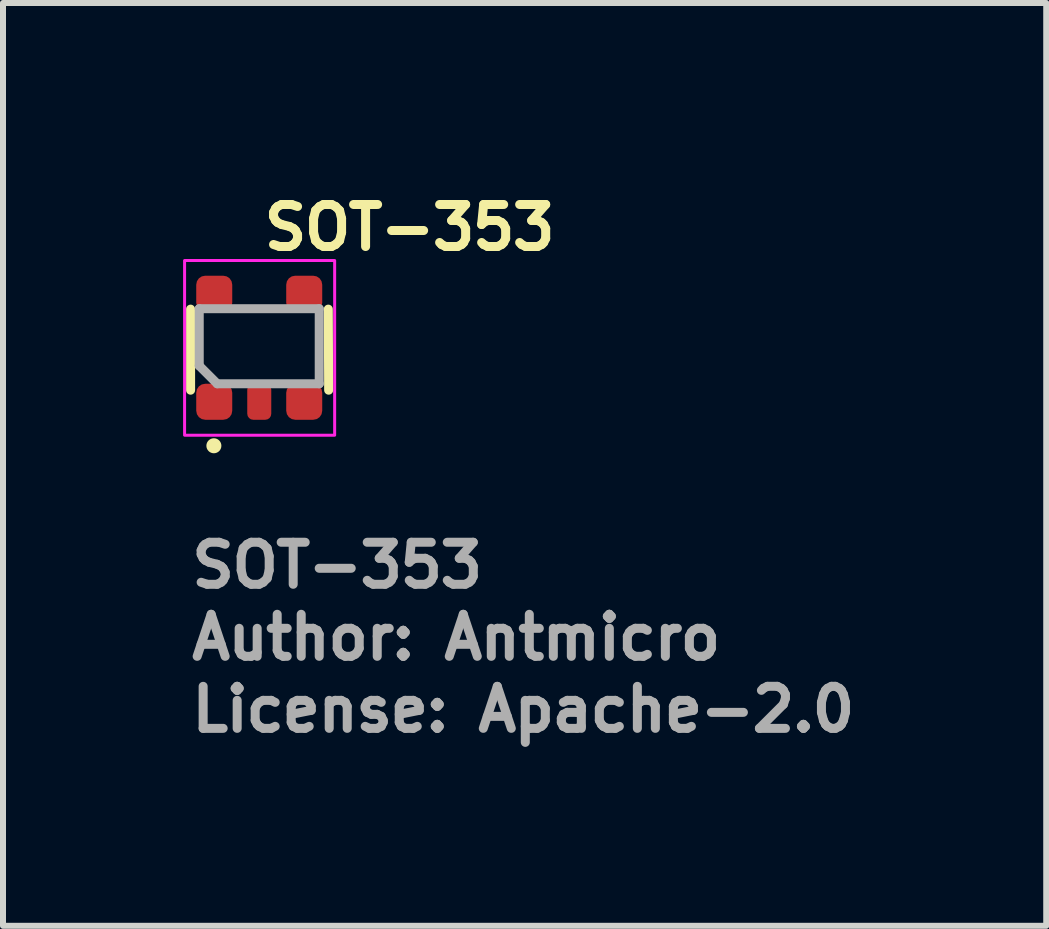
<source format=kicad_pcb>
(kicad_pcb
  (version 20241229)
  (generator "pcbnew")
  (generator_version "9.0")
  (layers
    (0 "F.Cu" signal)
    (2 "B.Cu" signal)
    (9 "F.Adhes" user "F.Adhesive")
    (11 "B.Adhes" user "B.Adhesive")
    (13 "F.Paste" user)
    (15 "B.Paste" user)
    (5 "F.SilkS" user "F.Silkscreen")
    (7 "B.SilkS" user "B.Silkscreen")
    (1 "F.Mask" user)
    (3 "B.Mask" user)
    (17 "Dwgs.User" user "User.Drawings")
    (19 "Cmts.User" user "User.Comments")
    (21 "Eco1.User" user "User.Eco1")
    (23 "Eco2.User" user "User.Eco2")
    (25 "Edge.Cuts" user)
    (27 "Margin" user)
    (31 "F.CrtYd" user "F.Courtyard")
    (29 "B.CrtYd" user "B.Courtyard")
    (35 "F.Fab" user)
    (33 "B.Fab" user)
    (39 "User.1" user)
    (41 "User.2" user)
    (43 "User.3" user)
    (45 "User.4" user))
  (footprint "SOT-353"
    (layer "F.Cu")
    (at 1.275 2.75)
    (property "Reference" "SOT-353" (at 0 -1.6 180) (layer "F.SilkS") (effects (font (size 0.7 0.7) (thickness 0.15)) (justify left bottom)))
    (attr smd)
    (fp_line (start -1.15 0.7) (end -1.15 -0.65) (stroke (width 0.15) (type solid)) (layer "F.SilkS"))
    (fp_line (start 1.15 0.7) (end 1.144 -0.65) (stroke (width 0.15) (type solid)) (layer "F.SilkS"))
    (fp_circle (center -0.762 1.626) (end -0.712 1.626) (stroke (width 0.15) (type solid)) (fill yes) (layer "F.SilkS"))
    (fp_rect (start 1.25 -1.46) (end -1.25 1.45) (stroke (width 0.05) (type solid)) (fill no) (layer "F.CrtYd"))
    (fp_line (start -1.006 -0.657) (end 0.993 -0.657) (stroke (width 0.15) (type solid)) (layer "F.Fab"))
    (fp_line (start -1.006 0.293) (end -1.006 -0.657) (stroke (width 0.15) (type solid)) (layer "F.Fab"))
    (fp_line (start -1.006 0.293) (end -0.706 0.593) (stroke (width 0.15) (type solid)) (layer "F.Fab"))
    (fp_line (start 0.993 -0.657) (end 0.993 0.593) (stroke (width 0.15) (type solid)) (layer "F.Fab"))
    (fp_line (start 0.993 0.593) (end -0.706 0.593) (stroke (width 0.15) (type solid)) (layer "F.Fab"))
    (fp_rect (start -1 -1.051) (end 0.998 1.048) (stroke (width 0.1) (type solid)) (fill no) (layer "User.5"))
    (fp_line (start -1 -0.626) (end -1 0.623) (stroke (width 0.02) (type solid)) (layer "User.9"))
    (fp_line (start -1 0.623) (end -0.763 0.623) (stroke (width 0.02) (type solid)) (layer "User.9"))
    (fp_line (start -0.964 -0.589) (end -1 -0.626) (stroke (width 0.02) (type solid)) (layer "User.9"))
    (fp_line (start -0.964 -0.589) (end -0.964 0.587) (stroke (width 0.02) (type solid)) (layer "User.9"))
    (fp_line (start -0.964 0.587) (end -1 0.623) (stroke (width 0.02) (type solid)) (layer "User.9"))
    (fp_line (start -0.964 0.587) (end 0.962 0.587) (stroke (width 0.02) (type solid)) (layer "User.9"))
    (fp_line (start -0.888 0.34) (end -0.888 0.348) (stroke (width 0.02) (type solid)) (layer "User.9"))
    (fp_line (start -0.888 0.348) (end -0.888 0.355) (stroke (width 0.02) (type solid)) (layer "User.9"))
    (fp_line (start -0.888 0.355) (end -0.887 0.363) (stroke (width 0.02) (type solid)) (layer "User.9"))
    (fp_line (start -0.887 0.332) (end -0.888 0.34) (stroke (width 0.02) (type solid)) (layer "User.9"))
    (fp_line (start -0.887 0.363) (end -0.886 0.371) (stroke (width 0.02) (type solid)) (layer "User.9"))
    (fp_line (start -0.886 0.324) (end -0.887 0.332) (stroke (width 0.02) (type solid)) (layer "User.9"))
    (fp_line (start -0.886 0.371) (end -0.884 0.379) (stroke (width 0.02) (type solid)) (layer "User.9"))
    (fp_line (start -0.884 0.315) (end -0.886 0.324) (stroke (width 0.02) (type solid)) (layer "User.9"))
    (fp_line (start -0.884 0.379) (end -0.881 0.388) (stroke (width 0.02) (type solid)) (layer "User.9"))
    (fp_line (start -0.881 0.307) (end -0.884 0.315) (stroke (width 0.02) (type solid)) (layer "User.9"))
    (fp_line (start -0.881 0.388) (end -0.879 0.396) (stroke (width 0.02) (type solid)) (layer "User.9"))
    (fp_line (start -0.879 0.3) (end -0.881 0.307) (stroke (width 0.02) (type solid)) (layer "User.9"))
    (fp_line (start -0.879 0.396) (end -0.875 0.403) (stroke (width 0.02) (type solid)) (layer "User.9"))
    (fp_line (start -0.875 0.292) (end -0.879 0.3) (stroke (width 0.02) (type solid)) (layer "User.9"))
    (fp_line (start -0.875 0.403) (end -0.871 0.411) (stroke (width 0.02) (type solid)) (layer "User.9"))
    (fp_line (start -0.871 0.286) (end -0.875 0.292) (stroke (width 0.02) (type solid)) (layer "User.9"))
    (fp_line (start -0.871 0.286) (end -0.871 0.286) (stroke (width 0.02) (type solid)) (layer "User.9"))
    (fp_line (start -0.871 0.411) (end -0.871 0.411) (stroke (width 0.02) (type solid)) (layer "User.9"))
    (fp_line (start -0.871 0.411) (end -0.869 0.414) (stroke (width 0.02) (type solid)) (layer "User.9"))
    (fp_line (start -0.869 0.414) (end -0.867 0.417) (stroke (width 0.02) (type solid)) (layer "User.9"))
    (fp_line (start -0.867 0.279) (end -0.871 0.286) (stroke (width 0.02) (type solid)) (layer "User.9"))
    (fp_line (start -0.867 0.417) (end -0.864 0.42) (stroke (width 0.02) (type solid)) (layer "User.9"))
    (fp_line (start -0.864 0.42) (end -0.862 0.423) (stroke (width 0.02) (type solid)) (layer "User.9"))
    (fp_line (start -0.862 0.272) (end -0.867 0.279) (stroke (width 0.02) (type solid)) (layer "User.9"))
    (fp_line (start -0.862 0.423) (end -0.859 0.427) (stroke (width 0.02) (type solid)) (layer "User.9"))
    (fp_line (start -0.859 0.427) (end -0.857 0.43) (stroke (width 0.02) (type solid)) (layer "User.9"))
    (fp_line (start -0.857 0.266) (end -0.862 0.272) (stroke (width 0.02) (type solid)) (layer "User.9"))
    (fp_line (start -0.857 0.43) (end -0.854 0.433) (stroke (width 0.02) (type solid)) (layer "User.9"))
    (fp_line (start -0.854 0.433) (end -0.851 0.436) (stroke (width 0.02) (type solid)) (layer "User.9"))
    (fp_line (start -0.851 0.26) (end -0.857 0.266) (stroke (width 0.02) (type solid)) (layer "User.9"))
    (fp_line (start -0.851 0.436) (end -0.848 0.439) (stroke (width 0.02) (type solid)) (layer "User.9"))
    (fp_line (start -0.848 0.439) (end -0.845 0.441) (stroke (width 0.02) (type solid)) (layer "User.9"))
    (fp_line (start -0.845 0.253) (end -0.851 0.26) (stroke (width 0.02) (type solid)) (layer "User.9"))
    (fp_line (start -0.845 0.441) (end -0.842 0.444) (stroke (width 0.02) (type solid)) (layer "User.9"))
    (fp_line (start -0.842 0.444) (end -0.839 0.446) (stroke (width 0.02) (type solid)) (layer "User.9"))
    (fp_line (start -0.839 0.248) (end -0.845 0.253) (stroke (width 0.02) (type solid)) (layer "User.9"))
    (fp_line (start -0.839 0.446) (end -0.836 0.45) (stroke (width 0.02) (type solid)) (layer "User.9"))
    (fp_line (start -0.836 0.45) (end -0.833 0.452) (stroke (width 0.02) (type solid)) (layer "User.9"))
    (fp_line (start -0.833 0.243) (end -0.839 0.248) (stroke (width 0.02) (type solid)) (layer "User.9"))
    (fp_line (start -0.833 0.452) (end -0.83 0.454) (stroke (width 0.02) (type solid)) (layer "User.9"))
    (fp_line (start -0.83 0.454) (end -0.826 0.456) (stroke (width 0.02) (type solid)) (layer "User.9"))
    (fp_line (start -0.826 0.239) (end -0.833 0.243) (stroke (width 0.02) (type solid)) (layer "User.9"))
    (fp_line (start -0.826 0.456) (end -0.823 0.458) (stroke (width 0.02) (type solid)) (layer "User.9"))
    (fp_line (start -0.823 0.458) (end -0.819 0.46) (stroke (width 0.02) (type solid)) (layer "User.9"))
    (fp_line (start -0.819 0.236) (end -0.826 0.239) (stroke (width 0.02) (type solid)) (layer "User.9"))
    (fp_line (start -0.819 0.46) (end -0.816 0.462) (stroke (width 0.02) (type solid)) (layer "User.9"))
    (fp_line (start -0.816 0.462) (end -0.812 0.464) (stroke (width 0.02) (type solid)) (layer "User.9"))
    (fp_line (start -0.812 0.233) (end -0.819 0.236) (stroke (width 0.02) (type solid)) (layer "User.9"))
    (fp_line (start -0.812 0.464) (end -0.808 0.465) (stroke (width 0.02) (type solid)) (layer "User.9"))
    (fp_line (start -0.808 0.465) (end -0.804 0.466) (stroke (width 0.02) (type solid)) (layer "User.9"))
    (fp_line (start -0.804 0.23) (end -0.812 0.233) (stroke (width 0.02) (type solid)) (layer "User.9"))
    (fp_line (start -0.804 0.466) (end -0.801 0.468) (stroke (width 0.02) (type solid)) (layer "User.9"))
    (fp_line (start -0.801 0.468) (end -0.797 0.469) (stroke (width 0.02) (type solid)) (layer "User.9"))
    (fp_line (start -0.797 0.227) (end -0.804 0.23) (stroke (width 0.02) (type solid)) (layer "User.9"))
    (fp_line (start -0.797 0.469) (end -0.793 0.47) (stroke (width 0.02) (type solid)) (layer "User.9"))
    (fp_line (start -0.793 0.47) (end -0.789 0.471) (stroke (width 0.02) (type solid)) (layer "User.9"))
    (fp_line (start -0.789 0.226) (end -0.797 0.227) (stroke (width 0.02) (type solid)) (layer "User.9"))
    (fp_line (start -0.789 0.471) (end -0.785 0.471) (stroke (width 0.02) (type solid)) (layer "User.9"))
    (fp_line (start -0.785 0.471) (end -0.781 0.472) (stroke (width 0.02) (type solid)) (layer "User.9"))
    (fp_line (start -0.781 0.224) (end -0.789 0.226) (stroke (width 0.02) (type solid)) (layer "User.9"))
    (fp_line (start -0.781 0.472) (end -0.776 0.473) (stroke (width 0.02) (type solid)) (layer "User.9"))
    (fp_line (start -0.776 0.473) (end -0.772 0.473) (stroke (width 0.02) (type solid)) (layer "User.9"))
    (fp_line (start -0.772 0.222) (end -0.781 0.224) (stroke (width 0.02) (type solid)) (layer "User.9"))
    (fp_line (start -0.772 0.473) (end -0.767 0.473) (stroke (width 0.02) (type solid)) (layer "User.9"))
    (fp_line (start -0.767 0.473) (end -0.763 0.473) (stroke (width 0.02) (type solid)) (layer "User.9"))
    (fp_line (start -0.763 -1.051) (end -0.763 -0.887) (stroke (width 0.02) (type solid)) (layer "User.9"))
    (fp_line (start -0.763 -0.887) (end -0.763 -0.837) (stroke (width 0.02) (type solid)) (layer "User.9"))
    (fp_line (start -0.763 -0.837) (end -0.763 -0.81) (stroke (width 0.02) (type solid)) (layer "User.9"))
    (fp_line (start -0.763 -0.81) (end -0.763 -0.66) (stroke (width 0.02) (type solid)) (layer "User.9"))
    (fp_line (start -0.763 -0.66) (end -0.763 -0.604) (stroke (width 0.02) (type solid)) (layer "User.9"))
    (fp_line (start -0.763 -0.626) (end -1 -0.626) (stroke (width 0.02) (type solid)) (layer "User.9"))
    (fp_line (start -0.763 0.222) (end -0.772 0.222) (stroke (width 0.02) (type solid)) (layer "User.9"))
    (fp_line (start -0.763 0.473) (end -0.755 0.473) (stroke (width 0.02) (type solid)) (layer "User.9"))
    (fp_line (start -0.763 0.658) (end -0.763 0.602) (stroke (width 0.02) (type solid)) (layer "User.9"))
    (fp_line (start -0.763 0.808) (end -0.763 0.658) (stroke (width 0.02) (type solid)) (layer "User.9"))
    (fp_line (start -0.763 0.835) (end -0.763 0.808) (stroke (width 0.02) (type solid)) (layer "User.9"))
    (fp_line (start -0.763 0.885) (end -0.763 0.835) (stroke (width 0.02) (type solid)) (layer "User.9"))
    (fp_line (start -0.763 1.048) (end -0.763 0.885) (stroke (width 0.02) (type solid)) (layer "User.9"))
    (fp_line (start -0.763 1.048) (end -0.539 1.048) (stroke (width 0.02) (type solid)) (layer "User.9"))
    (fp_line (start -0.759 0.222) (end -0.763 0.222) (stroke (width 0.02) (type solid)) (layer "User.9"))
    (fp_line (start -0.755 0.222) (end -0.759 0.222) (stroke (width 0.02) (type solid)) (layer "User.9"))
    (fp_line (start -0.755 0.473) (end -0.746 0.472) (stroke (width 0.02) (type solid)) (layer "User.9"))
    (fp_line (start -0.751 0.224) (end -0.755 0.222) (stroke (width 0.02) (type solid)) (layer "User.9"))
    (fp_line (start -0.746 0.224) (end -0.751 0.224) (stroke (width 0.02) (type solid)) (layer "User.9"))
    (fp_line (start -0.746 0.472) (end -0.738 0.471) (stroke (width 0.02) (type solid)) (layer "User.9"))
    (fp_line (start -0.742 0.225) (end -0.746 0.224) (stroke (width 0.02) (type solid)) (layer "User.9"))
    (fp_line (start -0.738 0.226) (end -0.742 0.225) (stroke (width 0.02) (type solid)) (layer "User.9"))
    (fp_line (start -0.738 0.471) (end -0.73 0.469) (stroke (width 0.02) (type solid)) (layer "User.9"))
    (fp_line (start -0.734 0.226) (end -0.738 0.226) (stroke (width 0.02) (type solid)) (layer "User.9"))
    (fp_line (start -0.73 0.227) (end -0.734 0.226) (stroke (width 0.02) (type solid)) (layer "User.9"))
    (fp_line (start -0.73 0.469) (end -0.723 0.466) (stroke (width 0.02) (type solid)) (layer "User.9"))
    (fp_line (start -0.726 0.229) (end -0.73 0.227) (stroke (width 0.02) (type solid)) (layer "User.9"))
    (fp_line (start -0.723 0.23) (end -0.726 0.229) (stroke (width 0.02) (type solid)) (layer "User.9"))
    (fp_line (start -0.723 0.466) (end -0.715 0.464) (stroke (width 0.02) (type solid)) (layer "User.9"))
    (fp_line (start -0.719 0.231) (end -0.723 0.23) (stroke (width 0.02) (type solid)) (layer "User.9"))
    (fp_line (start -0.715 0.233) (end -0.719 0.231) (stroke (width 0.02) (type solid)) (layer "User.9"))
    (fp_line (start -0.715 0.464) (end -0.708 0.46) (stroke (width 0.02) (type solid)) (layer "User.9"))
    (fp_line (start -0.711 0.234) (end -0.715 0.233) (stroke (width 0.02) (type solid)) (layer "User.9"))
    (fp_line (start -0.708 0.236) (end -0.711 0.234) (stroke (width 0.02) (type solid)) (layer "User.9"))
    (fp_line (start -0.708 0.46) (end -0.701 0.456) (stroke (width 0.02) (type solid)) (layer "User.9"))
    (fp_line (start -0.704 0.238) (end -0.708 0.236) (stroke (width 0.02) (type solid)) (layer "User.9"))
    (fp_line (start -0.701 0.239) (end -0.704 0.238) (stroke (width 0.02) (type solid)) (layer "User.9"))
    (fp_line (start -0.701 0.456) (end -0.695 0.452) (stroke (width 0.02) (type solid)) (layer "User.9"))
    (fp_line (start -0.698 0.241) (end -0.701 0.239) (stroke (width 0.02) (type solid)) (layer "User.9"))
    (fp_line (start -0.695 0.243) (end -0.698 0.241) (stroke (width 0.02) (type solid)) (layer "User.9"))
    (fp_line (start -0.695 0.452) (end -0.688 0.446) (stroke (width 0.02) (type solid)) (layer "User.9"))
    (fp_line (start -0.691 0.245) (end -0.695 0.243) (stroke (width 0.02) (type solid)) (layer "User.9"))
    (fp_line (start -0.688 0.248) (end -0.691 0.245) (stroke (width 0.02) (type solid)) (layer "User.9"))
    (fp_line (start -0.688 0.446) (end -0.682 0.441) (stroke (width 0.02) (type solid)) (layer "User.9"))
    (fp_line (start -0.685 0.25) (end -0.688 0.248) (stroke (width 0.02) (type solid)) (layer "User.9"))
    (fp_line (start -0.682 0.253) (end -0.685 0.25) (stroke (width 0.02) (type solid)) (layer "User.9"))
    (fp_line (start -0.682 0.441) (end -0.676 0.436) (stroke (width 0.02) (type solid)) (layer "User.9"))
    (fp_line (start -0.679 0.257) (end -0.682 0.253) (stroke (width 0.02) (type solid)) (layer "User.9"))
    (fp_line (start -0.676 0.26) (end -0.679 0.257) (stroke (width 0.02) (type solid)) (layer "User.9"))
    (fp_line (start -0.676 0.436) (end -0.67 0.43) (stroke (width 0.02) (type solid)) (layer "User.9"))
    (fp_line (start -0.673 0.263) (end -0.676 0.26) (stroke (width 0.02) (type solid)) (layer "User.9"))
    (fp_line (start -0.67 0.266) (end -0.673 0.263) (stroke (width 0.02) (type solid)) (layer "User.9"))
    (fp_line (start -0.67 0.43) (end -0.665 0.423) (stroke (width 0.02) (type solid)) (layer "User.9"))
    (fp_line (start -0.668 0.269) (end -0.67 0.266) (stroke (width 0.02) (type solid)) (layer "User.9"))
    (fp_line (start -0.665 0.272) (end -0.668 0.269) (stroke (width 0.02) (type solid)) (layer "User.9"))
    (fp_line (start -0.665 0.423) (end -0.66 0.417) (stroke (width 0.02) (type solid)) (layer "User.9"))
    (fp_line (start -0.663 0.275) (end -0.665 0.272) (stroke (width 0.02) (type solid)) (layer "User.9"))
    (fp_line (start -0.66 0.279) (end -0.663 0.275) (stroke (width 0.02) (type solid)) (layer "User.9"))
    (fp_line (start -0.66 0.417) (end -0.656 0.411) (stroke (width 0.02) (type solid)) (layer "User.9"))
    (fp_line (start -0.658 0.282) (end -0.66 0.279) (stroke (width 0.02) (type solid)) (layer "User.9"))
    (fp_line (start -0.656 0.286) (end -0.658 0.282) (stroke (width 0.02) (type solid)) (layer "User.9"))
    (fp_line (start -0.656 0.286) (end -0.656 0.286) (stroke (width 0.02) (type solid)) (layer "User.9"))
    (fp_line (start -0.656 0.411) (end -0.656 0.411) (stroke (width 0.02) (type solid)) (layer "User.9"))
    (fp_line (start -0.656 0.411) (end -0.652 0.403) (stroke (width 0.02) (type solid)) (layer "User.9"))
    (fp_line (start -0.652 0.292) (end -0.656 0.286) (stroke (width 0.02) (type solid)) (layer "User.9"))
    (fp_line (start -0.652 0.403) (end -0.648 0.396) (stroke (width 0.02) (type solid)) (layer "User.9"))
    (fp_line (start -0.648 0.3) (end -0.652 0.292) (stroke (width 0.02) (type solid)) (layer "User.9"))
    (fp_line (start -0.648 0.396) (end -0.646 0.388) (stroke (width 0.02) (type solid)) (layer "User.9"))
    (fp_line (start -0.646 0.307) (end -0.648 0.3) (stroke (width 0.02) (type solid)) (layer "User.9"))
    (fp_line (start -0.646 0.388) (end -0.643 0.379) (stroke (width 0.02) (type solid)) (layer "User.9"))
    (fp_line (start -0.643 0.315) (end -0.646 0.307) (stroke (width 0.02) (type solid)) (layer "User.9"))
    (fp_line (start -0.643 0.379) (end -0.64 0.371) (stroke (width 0.02) (type solid)) (layer "User.9"))
    (fp_line (start -0.64 0.324) (end -0.643 0.315) (stroke (width 0.02) (type solid)) (layer "User.9"))
    (fp_line (start -0.64 0.371) (end -0.639 0.363) (stroke (width 0.02) (type solid)) (layer "User.9"))
    (fp_line (start -0.639 0.332) (end -0.64 0.324) (stroke (width 0.02) (type solid)) (layer "User.9"))
    (fp_line (start -0.639 0.363) (end -0.638 0.355) (stroke (width 0.02) (type solid)) (layer "User.9"))
    (fp_line (start -0.638 0.34) (end -0.639 0.332) (stroke (width 0.02) (type solid)) (layer "User.9"))
    (fp_line (start -0.638 0.348) (end -0.638 0.34) (stroke (width 0.02) (type solid)) (layer "User.9"))
    (fp_line (start -0.638 0.355) (end -0.638 0.348) (stroke (width 0.02) (type solid)) (layer "User.9"))
    (fp_line (start -0.539 -1.051) (end -0.763 -1.051) (stroke (width 0.02) (type solid)) (layer "User.9"))
    (fp_line (start -0.539 -1.051) (end -0.539 -0.887) (stroke (width 0.02) (type solid)) (layer "User.9"))
    (fp_line (start -0.539 -0.887) (end -0.539 -0.837) (stroke (width 0.02) (type solid)) (layer "User.9"))
    (fp_line (start -0.539 -0.837) (end -0.539 -0.81) (stroke (width 0.02) (type solid)) (layer "User.9"))
    (fp_line (start -0.539 -0.81) (end -0.539 -0.66) (stroke (width 0.02) (type solid)) (layer "User.9"))
    (fp_line (start -0.539 -0.66) (end -0.539 -0.604) (stroke (width 0.02) (type solid)) (layer "User.9"))
    (fp_line (start -0.539 -0.604) (end -0.763 -0.604) (stroke (width 0.02) (type solid)) (layer "User.9"))
    (fp_line (start -0.539 0.602) (end -0.763 0.602) (stroke (width 0.02) (type solid)) (layer "User.9"))
    (fp_line (start -0.539 0.623) (end -0.114 0.623) (stroke (width 0.02) (type solid)) (layer "User.9"))
    (fp_line (start -0.539 0.658) (end -0.539 0.602) (stroke (width 0.02) (type solid)) (layer "User.9"))
    (fp_line (start -0.539 0.808) (end -0.539 0.658) (stroke (width 0.02) (type solid)) (layer "User.9"))
    (fp_line (start -0.539 0.835) (end -0.539 0.808) (stroke (width 0.02) (type solid)) (layer "User.9"))
    (fp_line (start -0.539 0.885) (end -0.539 0.835) (stroke (width 0.02) (type solid)) (layer "User.9"))
    (fp_line (start -0.539 1.048) (end -0.539 0.885) (stroke (width 0.02) (type solid)) (layer "User.9"))
    (fp_line (start -0.114 -0.626) (end -0.539 -0.626) (stroke (width 0.02) (type solid)) (layer "User.9"))
    (fp_line (start -0.114 -0.626) (end 0.112 -0.626) (stroke (width 0.02) (type solid)) (layer "User.9"))
    (fp_line (start -0.114 -0.604) (end -0.114 -0.626) (stroke (width 0.02) (type solid)) (layer "User.9"))
    (fp_line (start -0.114 -0.604) (end -0.114 -0.626) (stroke (width 0.02) (type solid)) (layer "User.9"))
    (fp_line (start -0.114 0.658) (end -0.114 0.602) (stroke (width 0.02) (type solid)) (layer "User.9"))
    (fp_line (start -0.114 0.808) (end -0.114 0.658) (stroke (width 0.02) (type solid)) (layer "User.9"))
    (fp_line (start -0.114 0.835) (end -0.114 0.808) (stroke (width 0.02) (type solid)) (layer "User.9"))
    (fp_line (start -0.114 0.885) (end -0.114 0.835) (stroke (width 0.02) (type solid)) (layer "User.9"))
    (fp_line (start -0.114 1.048) (end -0.114 0.885) (stroke (width 0.02) (type solid)) (layer "User.9"))
    (fp_line (start -0.114 1.048) (end 0.112 1.048) (stroke (width 0.02) (type solid)) (layer "User.9"))
    (fp_line (start 0.112 -0.626) (end 0.112 -0.604) (stroke (width 0.02) (type solid)) (layer "User.9"))
    (fp_line (start 0.112 -0.604) (end -0.114 -0.604) (stroke (width 0.02) (type solid)) (layer "User.9"))
    (fp_line (start 0.112 -0.604) (end 0.112 -0.626) (stroke (width 0.02) (type solid)) (layer "User.9"))
    (fp_line (start 0.112 0.602) (end -0.114 0.602) (stroke (width 0.02) (type solid)) (layer "User.9"))
    (fp_line (start 0.112 0.623) (end 0.537 0.623) (stroke (width 0.02) (type solid)) (layer "User.9"))
    (fp_line (start 0.112 0.658) (end 0.112 0.602) (stroke (width 0.02) (type solid)) (layer "User.9"))
    (fp_line (start 0.112 0.808) (end 0.112 0.658) (stroke (width 0.02) (type solid)) (layer "User.9"))
    (fp_line (start 0.112 0.835) (end 0.112 0.808) (stroke (width 0.02) (type solid)) (layer "User.9"))
    (fp_line (start 0.112 0.885) (end 0.112 0.835) (stroke (width 0.02) (type solid)) (layer "User.9"))
    (fp_line (start 0.112 1.048) (end 0.112 0.885) (stroke (width 0.02) (type solid)) (layer "User.9"))
    (fp_line (start 0.537 -1.051) (end 0.537 -0.887) (stroke (width 0.02) (type solid)) (layer "User.9"))
    (fp_line (start 0.537 -0.887) (end 0.537 -0.837) (stroke (width 0.02) (type solid)) (layer "User.9"))
    (fp_line (start 0.537 -0.837) (end 0.537 -0.81) (stroke (width 0.02) (type solid)) (layer "User.9"))
    (fp_line (start 0.537 -0.81) (end 0.537 -0.66) (stroke (width 0.02) (type solid)) (layer "User.9"))
    (fp_line (start 0.537 -0.66) (end 0.537 -0.604) (stroke (width 0.02) (type solid)) (layer "User.9"))
    (fp_line (start 0.537 -0.626) (end 0.112 -0.626) (stroke (width 0.02) (type solid)) (layer "User.9"))
    (fp_line (start 0.537 0.658) (end 0.537 0.602) (stroke (width 0.02) (type solid)) (layer "User.9"))
    (fp_line (start 0.537 0.808) (end 0.537 0.658) (stroke (width 0.02) (type solid)) (layer "User.9"))
    (fp_line (start 0.537 0.835) (end 0.537 0.808) (stroke (width 0.02) (type solid)) (layer "User.9"))
    (fp_line (start 0.537 0.885) (end 0.537 0.835) (stroke (width 0.02) (type solid)) (layer "User.9"))
    (fp_line (start 0.537 1.048) (end 0.537 0.885) (stroke (width 0.02) (type solid)) (layer "User.9"))
    (fp_line (start 0.537 1.048) (end 0.761 1.048) (stroke (width 0.02) (type solid)) (layer "User.9"))
    (fp_line (start 0.761 -1.051) (end 0.537 -1.051) (stroke (width 0.02) (type solid)) (layer "User.9"))
    (fp_line (start 0.761 -1.051) (end 0.761 -0.887) (stroke (width 0.02) (type solid)) (layer "User.9"))
    (fp_line (start 0.761 -0.887) (end 0.761 -0.837) (stroke (width 0.02) (type solid)) (layer "User.9"))
    (fp_line (start 0.761 -0.837) (end 0.761 -0.81) (stroke (width 0.02) (type solid)) (layer "User.9"))
    (fp_line (start 0.761 -0.81) (end 0.761 -0.66) (stroke (width 0.02) (type solid)) (layer "User.9"))
    (fp_line (start 0.761 -0.66) (end 0.761 -0.604) (stroke (width 0.02) (type solid)) (layer "User.9"))
    (fp_line (start 0.761 -0.604) (end 0.537 -0.604) (stroke (width 0.02) (type solid)) (layer "User.9"))
    (fp_line (start 0.761 0.602) (end 0.537 0.602) (stroke (width 0.02) (type solid)) (layer "User.9"))
    (fp_line (start 0.761 0.623) (end 0.998 0.623) (stroke (width 0.02) (type solid)) (layer "User.9"))
    (fp_line (start 0.761 0.658) (end 0.761 0.602) (stroke (width 0.02) (type solid)) (layer "User.9"))
    (fp_line (start 0.761 0.808) (end 0.761 0.658) (stroke (width 0.02) (type solid)) (layer "User.9"))
    (fp_line (start 0.761 0.835) (end 0.761 0.808) (stroke (width 0.02) (type solid)) (layer "User.9"))
    (fp_line (start 0.761 0.885) (end 0.761 0.835) (stroke (width 0.02) (type solid)) (layer "User.9"))
    (fp_line (start 0.761 1.048) (end 0.761 0.885) (stroke (width 0.02) (type solid)) (layer "User.9"))
    (fp_line (start 0.962 -0.589) (end -0.964 -0.589) (stroke (width 0.02) (type solid)) (layer "User.9"))
    (fp_line (start 0.962 -0.589) (end 0.998 -0.626) (stroke (width 0.02) (type solid)) (layer "User.9"))
    (fp_line (start 0.962 0.587) (end 0.962 -0.589) (stroke (width 0.02) (type solid)) (layer "User.9"))
    (fp_line (start 0.962 0.587) (end 0.998 0.623) (stroke (width 0.02) (type solid)) (layer "User.9"))
    (fp_line (start 0.998 -0.626) (end 0.761 -0.626) (stroke (width 0.02) (type solid)) (layer "User.9"))
    (fp_line (start 0.998 0.623) (end 0.998 -0.626) (stroke (width 0.02) (type solid)) (layer "User.9"))
    (fp_text user "Author: Antmicro" (at -1.206 5.227 0) (layer "F.Fab") (effects (font (size 0.7 0.7) (thickness 0.15)) (justify left bottom)))
    (fp_text user "${REFERENCE}" (at -1.206 4.027 0) (layer "F.Fab") (effects (font (size 0.7 0.7) (thickness 0.15)) (justify left bottom)))
    (fp_text user "License: Apache-2.0" (at -1.206 6.427 0) (layer "F.Fab") (effects (font (size 0.7 0.7) (thickness 0.15)) (justify left bottom)))
    (pad "1" smd roundrect (at -0.756 0.893 90) (size 0.6 0.6) (layers "F.Cu" "F.Mask" "F.Paste") (roundrect_rratio 0.25))
    (pad "2" smd roundrect (at -0.006 0.893 90) (size 0.6 0.4) (layers "F.Cu" "F.Mask" "F.Paste") (roundrect_rratio 0.25))
    (pad "3" smd roundrect (at 0.743 0.893 90) (size 0.6 0.6) (layers "F.Cu" "F.Mask" "F.Paste") (roundrect_rratio 0.25))
    (pad "4" smd roundrect (at 0.743 -0.907 90) (size 0.6 0.6) (layers "F.Cu" "F.Mask" "F.Paste") (roundrect_rratio 0.25))
    (pad "5" smd roundrect (at -0.756 -0.907 90) (size 0.6 0.6) (layers "F.Cu" "F.Mask" "F.Paste") (roundrect_rratio 0.25)))
  (gr_rect
    (start -3 -3)
    (end 14.379 12.373)
    (stroke (width 0.1) (type default))
    (fill no)
    (layer "Edge.Cuts")))
</source>
